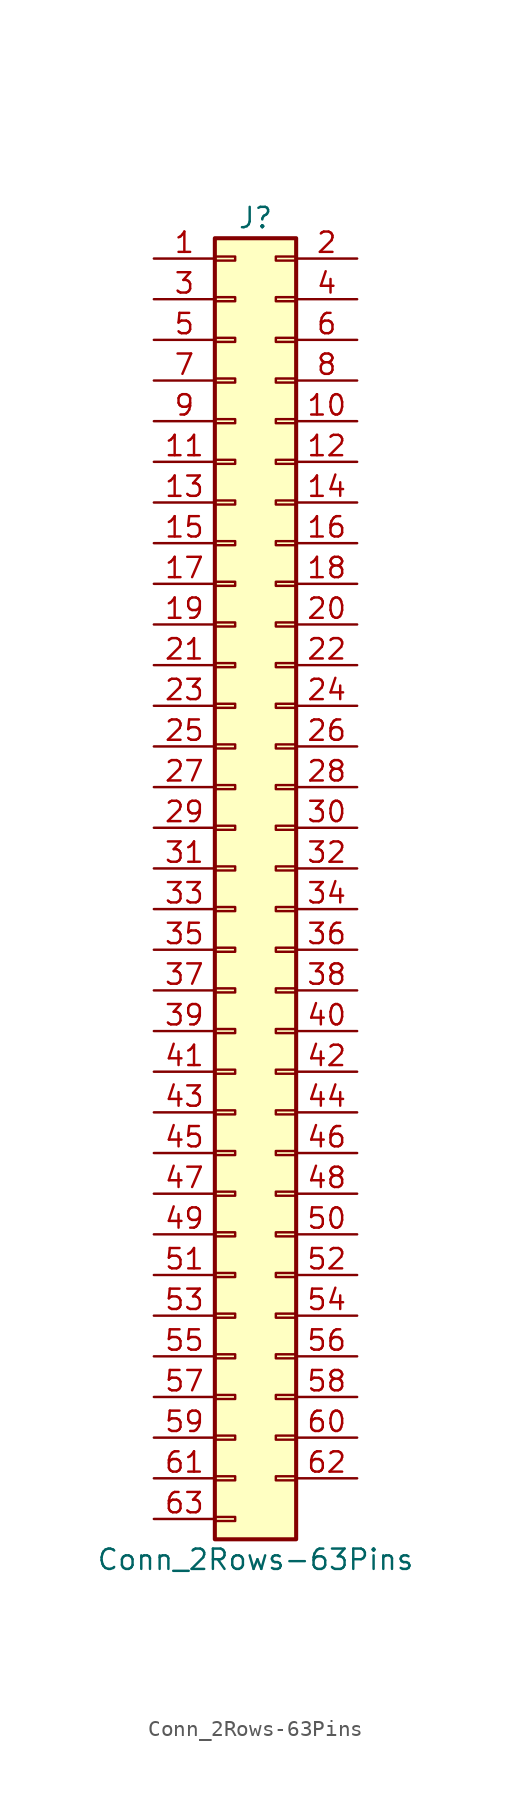
<source format=kicad_sym>
(kicad_symbol_lib
  (version 20211014)
  (generator kicad_symbol_editor)
  (symbol "Conn_2Rows-63Pins"
    (pin_names
      (offset 1.016) hide)
    (property "Reference" "J"
      (at 1.27 40.64 0)
      (effects (font (size 1.27 1.27))))
    (property "Value" "Conn_2Rows-63Pins"
      (at 1.27 -43.18 0)
      (effects (font (size 1.27 1.27))))
    (symbol "Conn_2Rows-63Pins_1_1"
      (rectangle (start -1.27 -40.513) (end 0 -40.767) (stroke (width 0.152) (type default) (color 0 0 0 0)) (fill (type none)))
      (rectangle (start -1.27 -37.973) (end 0 -38.227) (stroke (width 0.152) (type default) (color 0 0 0 0)) (fill (type none)))
      (rectangle (start -1.27 -35.433) (end 0 -35.687) (stroke (width 0.152) (type default) (color 0 0 0 0)) (fill (type none)))
      (rectangle (start -1.27 -32.893) (end 0 -33.147) (stroke (width 0.152) (type default) (color 0 0 0 0)) (fill (type none)))
      (rectangle (start -1.27 -30.353) (end 0 -30.607) (stroke (width 0.152) (type default) (color 0 0 0 0)) (fill (type none)))
      (rectangle (start -1.27 -27.813) (end 0 -28.067) (stroke (width 0.152) (type default) (color 0 0 0 0)) (fill (type none)))
      (rectangle (start -1.27 -25.273) (end 0 -25.527) (stroke (width 0.152) (type default) (color 0 0 0 0)) (fill (type none)))
      (rectangle (start -1.27 -22.733) (end 0 -22.987) (stroke (width 0.152) (type default) (color 0 0 0 0)) (fill (type none)))
      (rectangle (start -1.27 -20.193) (end 0 -20.447) (stroke (width 0.152) (type default) (color 0 0 0 0)) (fill (type none)))
      (rectangle (start -1.27 -17.653) (end 0 -17.907) (stroke (width 0.152) (type default) (color 0 0 0 0)) (fill (type none)))
      (rectangle (start -1.27 -15.113) (end 0 -15.367) (stroke (width 0.152) (type default) (color 0 0 0 0)) (fill (type none)))
      (rectangle (start -1.27 -12.573) (end 0 -12.827) (stroke (width 0.152) (type default) (color 0 0 0 0)) (fill (type none)))
      (rectangle (start -1.27 -10.033) (end 0 -10.287) (stroke (width 0.152) (type default) (color 0 0 0 0)) (fill (type none)))
      (rectangle (start -1.27 -7.493) (end 0 -7.747) (stroke (width 0.152) (type default) (color 0 0 0 0)) (fill (type none)))
      (rectangle (start -1.27 -4.953) (end 0 -5.207) (stroke (width 0.152) (type default) (color 0 0 0 0)) (fill (type none)))
      (rectangle (start -1.27 -2.413) (end 0 -2.667) (stroke (width 0.152) (type default) (color 0 0 0 0)) (fill (type none)))
      (rectangle (start -1.27 0.127) (end 0 -0.127) (stroke (width 0.152) (type default) (color 0 0 0 0)) (fill (type none)))
      (rectangle (start -1.27 2.667) (end 0 2.413) (stroke (width 0.152) (type default) (color 0 0 0 0)) (fill (type none)))
      (rectangle (start -1.27 5.207) (end 0 4.953) (stroke (width 0.152) (type default) (color 0 0 0 0)) (fill (type none)))
      (rectangle (start -1.27 7.747) (end 0 7.493) (stroke (width 0.152) (type default) (color 0 0 0 0)) (fill (type none)))
      (rectangle (start -1.27 10.287) (end 0 10.033) (stroke (width 0.152) (type default) (color 0 0 0 0)) (fill (type none)))
      (rectangle (start -1.27 12.827) (end 0 12.573) (stroke (width 0.152) (type default) (color 0 0 0 0)) (fill (type none)))
      (rectangle (start -1.27 15.367) (end 0 15.113) (stroke (width 0.152) (type default) (color 0 0 0 0)) (fill (type none)))
      (rectangle (start -1.27 17.907) (end 0 17.653) (stroke (width 0.152) (type default) (color 0 0 0 0)) (fill (type none)))
      (rectangle (start -1.27 20.447) (end 0 20.193) (stroke (width 0.152) (type default) (color 0 0 0 0)) (fill (type none)))
      (rectangle (start -1.27 22.987) (end 0 22.733) (stroke (width 0.152) (type default) (color 0 0 0 0)) (fill (type none)))
      (rectangle (start -1.27 25.527) (end 0 25.273) (stroke (width 0.152) (type default) (color 0 0 0 0)) (fill (type none)))
      (rectangle (start -1.27 28.067) (end 0 27.813) (stroke (width 0.152) (type default) (color 0 0 0 0)) (fill (type none)))
      (rectangle (start -1.27 30.607) (end 0 30.353) (stroke (width 0.152) (type default) (color 0 0 0 0)) (fill (type none)))
      (rectangle (start -1.27 33.147) (end 0 32.893) (stroke (width 0.152) (type default) (color 0 0 0 0)) (fill (type none)))
      (rectangle (start -1.27 35.687) (end 0 35.433) (stroke (width 0.152) (type default) (color 0 0 0 0)) (fill (type none)))
      (rectangle (start -1.27 38.227) (end 0 37.973) (stroke (width 0.152) (type default) (color 0 0 0 0)) (fill (type none)))
      (rectangle (start -1.27 39.37) (end 3.81 -41.91) (stroke (width 0.254) (type default) (color 0 0 0 0)) (fill (type background)))
      (rectangle (start 3.81 -37.973) (end 2.54 -38.227) (stroke (width 0.152) (type default) (color 0 0 0 0)) (fill (type none)))
      (rectangle (start 3.81 -35.433) (end 2.54 -35.687) (stroke (width 0.152) (type default) (color 0 0 0 0)) (fill (type none)))
      (rectangle (start 3.81 -32.893) (end 2.54 -33.147) (stroke (width 0.152) (type default) (color 0 0 0 0)) (fill (type none)))
      (rectangle (start 3.81 -30.353) (end 2.54 -30.607) (stroke (width 0.152) (type default) (color 0 0 0 0)) (fill (type none)))
      (rectangle (start 3.81 -27.813) (end 2.54 -28.067) (stroke (width 0.152) (type default) (color 0 0 0 0)) (fill (type none)))
      (rectangle (start 3.81 -25.273) (end 2.54 -25.527) (stroke (width 0.152) (type default) (color 0 0 0 0)) (fill (type none)))
      (rectangle (start 3.81 -22.733) (end 2.54 -22.987) (stroke (width 0.152) (type default) (color 0 0 0 0)) (fill (type none)))
      (rectangle (start 3.81 -20.193) (end 2.54 -20.447) (stroke (width 0.152) (type default) (color 0 0 0 0)) (fill (type none)))
      (rectangle (start 3.81 -17.653) (end 2.54 -17.907) (stroke (width 0.152) (type default) (color 0 0 0 0)) (fill (type none)))
      (rectangle (start 3.81 -15.113) (end 2.54 -15.367) (stroke (width 0.152) (type default) (color 0 0 0 0)) (fill (type none)))
      (rectangle (start 3.81 -12.573) (end 2.54 -12.827) (stroke (width 0.152) (type default) (color 0 0 0 0)) (fill (type none)))
      (rectangle (start 3.81 -10.033) (end 2.54 -10.287) (stroke (width 0.152) (type default) (color 0 0 0 0)) (fill (type none)))
      (rectangle (start 3.81 -7.493) (end 2.54 -7.747) (stroke (width 0.152) (type default) (color 0 0 0 0)) (fill (type none)))
      (rectangle (start 3.81 -4.953) (end 2.54 -5.207) (stroke (width 0.152) (type default) (color 0 0 0 0)) (fill (type none)))
      (rectangle (start 3.81 -2.413) (end 2.54 -2.667) (stroke (width 0.152) (type default) (color 0 0 0 0)) (fill (type none)))
      (rectangle (start 3.81 0.127) (end 2.54 -0.127) (stroke (width 0.152) (type default) (color 0 0 0 0)) (fill (type none)))
      (rectangle (start 3.81 2.667) (end 2.54 2.413) (stroke (width 0.152) (type default) (color 0 0 0 0)) (fill (type none)))
      (rectangle (start 3.81 5.207) (end 2.54 4.953) (stroke (width 0.152) (type default) (color 0 0 0 0)) (fill (type none)))
      (rectangle (start 3.81 7.747) (end 2.54 7.493) (stroke (width 0.152) (type default) (color 0 0 0 0)) (fill (type none)))
      (rectangle (start 3.81 10.287) (end 2.54 10.033) (stroke (width 0.152) (type default) (color 0 0 0 0)) (fill (type none)))
      (rectangle (start 3.81 12.827) (end 2.54 12.573) (stroke (width 0.152) (type default) (color 0 0 0 0)) (fill (type none)))
      (rectangle (start 3.81 15.367) (end 2.54 15.113) (stroke (width 0.152) (type default) (color 0 0 0 0)) (fill (type none)))
      (rectangle (start 3.81 17.907) (end 2.54 17.653) (stroke (width 0.152) (type default) (color 0 0 0 0)) (fill (type none)))
      (rectangle (start 3.81 20.447) (end 2.54 20.193) (stroke (width 0.152) (type default) (color 0 0 0 0)) (fill (type none)))
      (rectangle (start 3.81 22.987) (end 2.54 22.733) (stroke (width 0.152) (type default) (color 0 0 0 0)) (fill (type none)))
      (rectangle (start 3.81 25.527) (end 2.54 25.273) (stroke (width 0.152) (type default) (color 0 0 0 0)) (fill (type none)))
      (rectangle (start 3.81 28.067) (end 2.54 27.813) (stroke (width 0.152) (type default) (color 0 0 0 0)) (fill (type none)))
      (rectangle (start 3.81 30.607) (end 2.54 30.353) (stroke (width 0.152) (type default) (color 0 0 0 0)) (fill (type none)))
      (rectangle (start 3.81 33.147) (end 2.54 32.893) (stroke (width 0.152) (type default) (color 0 0 0 0)) (fill (type none)))
      (rectangle (start 3.81 35.687) (end 2.54 35.433) (stroke (width 0.152) (type default) (color 0 0 0 0)) (fill (type none)))
      (rectangle (start 3.81 38.227) (end 2.54 37.973) (stroke (width 0.152) (type default) (color 0 0 0 0)) (fill (type none)))
      (pin passive line (at -5.08 38.1 0) (length 3.81) (name "Pin_1" (effects (font (size 1.27 1.27)))) (number "1" (effects (font (size 1.27 1.27)))))
      (pin passive line (at 7.62 27.94 180) (length 3.81) (name "Pin_10" (effects (font (size 1.27 1.27)))) (number "10" (effects (font (size 1.27 1.27)))))
      (pin passive line (at -5.08 25.4 0) (length 3.81) (name "Pin_11" (effects (font (size 1.27 1.27)))) (number "11" (effects (font (size 1.27 1.27)))))
      (pin passive line (at 7.62 25.4 180) (length 3.81) (name "Pin_12" (effects (font (size 1.27 1.27)))) (number "12" (effects (font (size 1.27 1.27)))))
      (pin passive line (at -5.08 22.86 0) (length 3.81) (name "Pin_13" (effects (font (size 1.27 1.27)))) (number "13" (effects (font (size 1.27 1.27)))))
      (pin passive line (at 7.62 22.86 180) (length 3.81) (name "Pin_14" (effects (font (size 1.27 1.27)))) (number "14" (effects (font (size 1.27 1.27)))))
      (pin passive line (at -5.08 20.32 0) (length 3.81) (name "Pin_15" (effects (font (size 1.27 1.27)))) (number "15" (effects (font (size 1.27 1.27)))))
      (pin passive line (at 7.62 20.32 180) (length 3.81) (name "Pin_16" (effects (font (size 1.27 1.27)))) (number "16" (effects (font (size 1.27 1.27)))))
      (pin passive line (at -5.08 17.78 0) (length 3.81) (name "Pin_17" (effects (font (size 1.27 1.27)))) (number "17" (effects (font (size 1.27 1.27)))))
      (pin passive line (at 7.62 17.78 180) (length 3.81) (name "Pin_18" (effects (font (size 1.27 1.27)))) (number "18" (effects (font (size 1.27 1.27)))))
      (pin passive line (at -5.08 15.24 0) (length 3.81) (name "Pin_19" (effects (font (size 1.27 1.27)))) (number "19" (effects (font (size 1.27 1.27)))))
      (pin passive line (at 7.62 38.1 180) (length 3.81) (name "Pin_2" (effects (font (size 1.27 1.27)))) (number "2" (effects (font (size 1.27 1.27)))))
      (pin passive line (at 7.62 15.24 180) (length 3.81) (name "Pin_20" (effects (font (size 1.27 1.27)))) (number "20" (effects (font (size 1.27 1.27)))))
      (pin passive line (at -5.08 12.7 0) (length 3.81) (name "Pin_21" (effects (font (size 1.27 1.27)))) (number "21" (effects (font (size 1.27 1.27)))))
      (pin passive line (at 7.62 12.7 180) (length 3.81) (name "Pin_22" (effects (font (size 1.27 1.27)))) (number "22" (effects (font (size 1.27 1.27)))))
      (pin passive line (at -5.08 10.16 0) (length 3.81) (name "Pin_23" (effects (font (size 1.27 1.27)))) (number "23" (effects (font (size 1.27 1.27)))))
      (pin passive line (at 7.62 10.16 180) (length 3.81) (name "Pin_24" (effects (font (size 1.27 1.27)))) (number "24" (effects (font (size 1.27 1.27)))))
      (pin passive line (at -5.08 7.62 0) (length 3.81) (name "Pin_25" (effects (font (size 1.27 1.27)))) (number "25" (effects (font (size 1.27 1.27)))))
      (pin passive line (at 7.62 7.62 180) (length 3.81) (name "Pin_26" (effects (font (size 1.27 1.27)))) (number "26" (effects (font (size 1.27 1.27)))))
      (pin passive line (at -5.08 5.08 0) (length 3.81) (name "Pin_27" (effects (font (size 1.27 1.27)))) (number "27" (effects (font (size 1.27 1.27)))))
      (pin passive line (at 7.62 5.08 180) (length 3.81) (name "Pin_28" (effects (font (size 1.27 1.27)))) (number "28" (effects (font (size 1.27 1.27)))))
      (pin passive line (at -5.08 2.54 0) (length 3.81) (name "Pin_29" (effects (font (size 1.27 1.27)))) (number "29" (effects (font (size 1.27 1.27)))))
      (pin passive line (at -5.08 35.56 0) (length 3.81) (name "Pin_3" (effects (font (size 1.27 1.27)))) (number "3" (effects (font (size 1.27 1.27)))))
      (pin passive line (at 7.62 2.54 180) (length 3.81) (name "Pin_30" (effects (font (size 1.27 1.27)))) (number "30" (effects (font (size 1.27 1.27)))))
      (pin passive line (at -5.08 0 0) (length 3.81) (name "Pin_31" (effects (font (size 1.27 1.27)))) (number "31" (effects (font (size 1.27 1.27)))))
      (pin passive line (at 7.62 0 180) (length 3.81) (name "Pin_32" (effects (font (size 1.27 1.27)))) (number "32" (effects (font (size 1.27 1.27)))))
      (pin passive line (at -5.08 -2.54 0) (length 3.81) (name "Pin_33" (effects (font (size 1.27 1.27)))) (number "33" (effects (font (size 1.27 1.27)))))
      (pin passive line (at 7.62 -2.54 180) (length 3.81) (name "Pin_34" (effects (font (size 1.27 1.27)))) (number "34" (effects (font (size 1.27 1.27)))))
      (pin passive line (at -5.08 -5.08 0) (length 3.81) (name "Pin_35" (effects (font (size 1.27 1.27)))) (number "35" (effects (font (size 1.27 1.27)))))
      (pin passive line (at 7.62 -5.08 180) (length 3.81) (name "Pin_36" (effects (font (size 1.27 1.27)))) (number "36" (effects (font (size 1.27 1.27)))))
      (pin passive line (at -5.08 -7.62 0) (length 3.81) (name "Pin_37" (effects (font (size 1.27 1.27)))) (number "37" (effects (font (size 1.27 1.27)))))
      (pin passive line (at 7.62 -7.62 180) (length 3.81) (name "Pin_38" (effects (font (size 1.27 1.27)))) (number "38" (effects (font (size 1.27 1.27)))))
      (pin passive line (at -5.08 -10.16 0) (length 3.81) (name "Pin_39" (effects (font (size 1.27 1.27)))) (number "39" (effects (font (size 1.27 1.27)))))
      (pin passive line (at 7.62 35.56 180) (length 3.81) (name "Pin_4" (effects (font (size 1.27 1.27)))) (number "4" (effects (font (size 1.27 1.27)))))
      (pin passive line (at 7.62 -10.16 180) (length 3.81) (name "Pin_40" (effects (font (size 1.27 1.27)))) (number "40" (effects (font (size 1.27 1.27)))))
      (pin passive line (at -5.08 -12.7 0) (length 3.81) (name "Pin_41" (effects (font (size 1.27 1.27)))) (number "41" (effects (font (size 1.27 1.27)))))
      (pin passive line (at 7.62 -12.7 180) (length 3.81) (name "Pin_42" (effects (font (size 1.27 1.27)))) (number "42" (effects (font (size 1.27 1.27)))))
      (pin passive line (at -5.08 -15.24 0) (length 3.81) (name "Pin_43" (effects (font (size 1.27 1.27)))) (number "43" (effects (font (size 1.27 1.27)))))
      (pin passive line (at 7.62 -15.24 180) (length 3.81) (name "Pin_44" (effects (font (size 1.27 1.27)))) (number "44" (effects (font (size 1.27 1.27)))))
      (pin passive line (at -5.08 -17.78 0) (length 3.81) (name "Pin_45" (effects (font (size 1.27 1.27)))) (number "45" (effects (font (size 1.27 1.27)))))
      (pin passive line (at 7.62 -17.78 180) (length 3.81) (name "Pin_46" (effects (font (size 1.27 1.27)))) (number "46" (effects (font (size 1.27 1.27)))))
      (pin passive line (at -5.08 -20.32 0) (length 3.81) (name "Pin_47" (effects (font (size 1.27 1.27)))) (number "47" (effects (font (size 1.27 1.27)))))
      (pin passive line (at 7.62 -20.32 180) (length 3.81) (name "Pin_48" (effects (font (size 1.27 1.27)))) (number "48" (effects (font (size 1.27 1.27)))))
      (pin passive line (at -5.08 -22.86 0) (length 3.81) (name "Pin_49" (effects (font (size 1.27 1.27)))) (number "49" (effects (font (size 1.27 1.27)))))
      (pin passive line (at -5.08 33.02 0) (length 3.81) (name "Pin_5" (effects (font (size 1.27 1.27)))) (number "5" (effects (font (size 1.27 1.27)))))
      (pin passive line (at 7.62 -22.86 180) (length 3.81) (name "Pin_50" (effects (font (size 1.27 1.27)))) (number "50" (effects (font (size 1.27 1.27)))))
      (pin passive line (at -5.08 -25.4 0) (length 3.81) (name "Pin_51" (effects (font (size 1.27 1.27)))) (number "51" (effects (font (size 1.27 1.27)))))
      (pin passive line (at 7.62 -25.4 180) (length 3.81) (name "Pin_52" (effects (font (size 1.27 1.27)))) (number "52" (effects (font (size 1.27 1.27)))))
      (pin passive line (at -5.08 -27.94 0) (length 3.81) (name "Pin_53" (effects (font (size 1.27 1.27)))) (number "53" (effects (font (size 1.27 1.27)))))
      (pin passive line (at 7.62 -27.94 180) (length 3.81) (name "Pin_54" (effects (font (size 1.27 1.27)))) (number "54" (effects (font (size 1.27 1.27)))))
      (pin passive line (at -5.08 -30.48 0) (length 3.81) (name "Pin_55" (effects (font (size 1.27 1.27)))) (number "55" (effects (font (size 1.27 1.27)))))
      (pin passive line (at 7.62 -30.48 180) (length 3.81) (name "Pin_56" (effects (font (size 1.27 1.27)))) (number "56" (effects (font (size 1.27 1.27)))))
      (pin passive line (at -5.08 -33.02 0) (length 3.81) (name "Pin_57" (effects (font (size 1.27 1.27)))) (number "57" (effects (font (size 1.27 1.27)))))
      (pin passive line (at 7.62 -33.02 180) (length 3.81) (name "Pin_58" (effects (font (size 1.27 1.27)))) (number "58" (effects (font (size 1.27 1.27)))))
      (pin passive line (at -5.08 -35.56 0) (length 3.81) (name "Pin_59" (effects (font (size 1.27 1.27)))) (number "59" (effects (font (size 1.27 1.27)))))
      (pin passive line (at 7.62 33.02 180) (length 3.81) (name "Pin_6" (effects (font (size 1.27 1.27)))) (number "6" (effects (font (size 1.27 1.27)))))
      (pin passive line (at 7.62 -35.56 180) (length 3.81) (name "Pin_60" (effects (font (size 1.27 1.27)))) (number "60" (effects (font (size 1.27 1.27)))))
      (pin passive line (at -5.08 -38.1 0) (length 3.81) (name "Pin_61" (effects (font (size 1.27 1.27)))) (number "61" (effects (font (size 1.27 1.27)))))
      (pin passive line (at 7.62 -38.1 180) (length 3.81) (name "Pin_62" (effects (font (size 1.27 1.27)))) (number "62" (effects (font (size 1.27 1.27)))))
      (pin passive line (at -5.08 -40.64 0) (length 3.81) (name "Pin_63" (effects (font (size 1.27 1.27)))) (number "63" (effects (font (size 1.27 1.27)))))
      (pin passive line (at -5.08 30.48 0) (length 3.81) (name "Pin_7" (effects (font (size 1.27 1.27)))) (number "7" (effects (font (size 1.27 1.27)))))
      (pin passive line (at 7.62 30.48 180) (length 3.81) (name "Pin_8" (effects (font (size 1.27 1.27)))) (number "8" (effects (font (size 1.27 1.27)))))
      (pin passive line (at -5.08 27.94 0) (length 3.81) (name "Pin_9" (effects (font (size 1.27 1.27)))) (number "9" (effects (font (size 1.27 1.27))))))))
</source>
